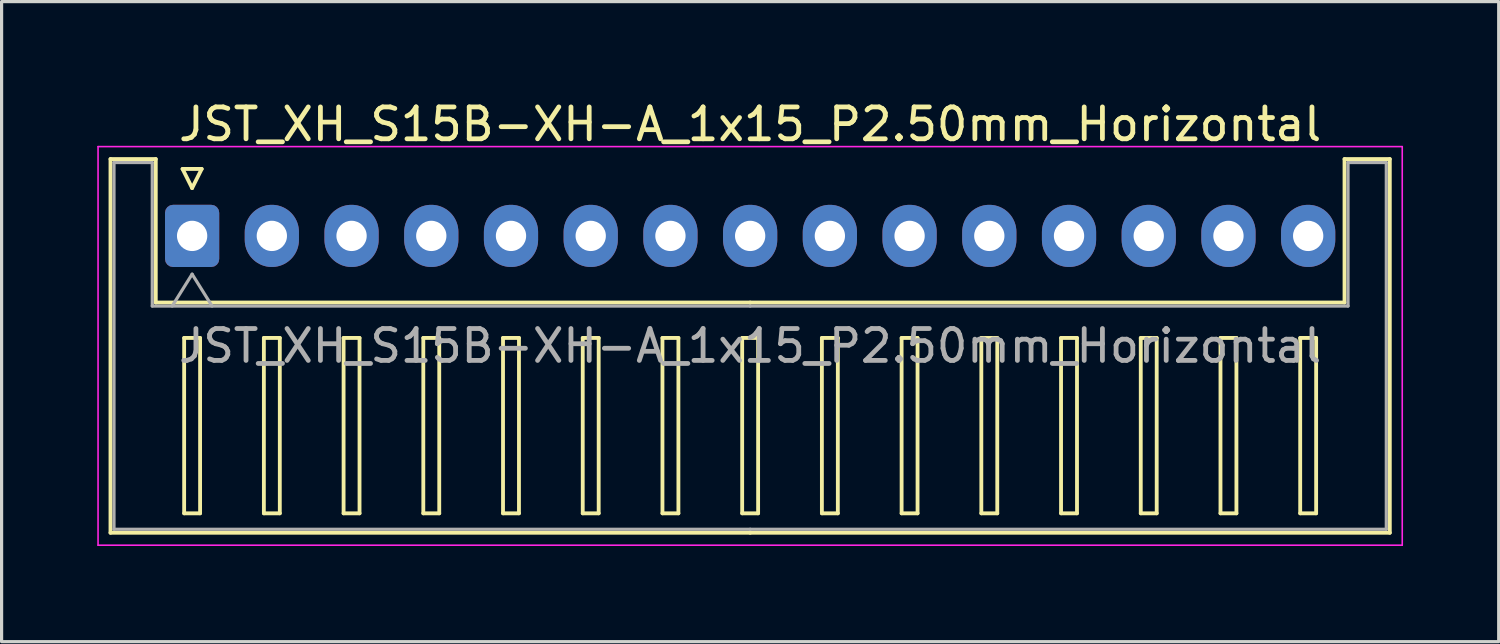
<source format=kicad_pcb>
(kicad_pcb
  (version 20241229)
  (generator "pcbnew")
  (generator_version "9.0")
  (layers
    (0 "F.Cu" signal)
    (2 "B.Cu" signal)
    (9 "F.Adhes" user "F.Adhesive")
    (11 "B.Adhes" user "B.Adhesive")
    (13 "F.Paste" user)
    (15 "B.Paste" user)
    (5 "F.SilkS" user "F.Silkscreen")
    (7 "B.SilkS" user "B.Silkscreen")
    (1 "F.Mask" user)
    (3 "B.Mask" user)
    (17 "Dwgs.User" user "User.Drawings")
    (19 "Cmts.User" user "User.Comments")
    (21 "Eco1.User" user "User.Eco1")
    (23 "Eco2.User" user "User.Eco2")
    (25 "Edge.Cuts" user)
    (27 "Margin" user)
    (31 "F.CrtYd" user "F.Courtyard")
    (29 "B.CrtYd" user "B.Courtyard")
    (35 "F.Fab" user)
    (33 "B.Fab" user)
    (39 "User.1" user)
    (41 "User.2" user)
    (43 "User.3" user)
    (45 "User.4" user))
  (footprint "JST_XH_S15B-XH-A_1x15_P2.50mm_Horizontal"
    (layer "F.Cu")
    (at 2.975 4.348)
    (property "Reference" "JST_XH_S15B-XH-A_1x15_P2.50mm_Horizontal" (at 17.5 -3.5 0) (layer "F.SilkS") (effects (font (size 1 1) (thickness 0.15))))
    (attr through_hole)
    (fp_line (start -2.56 -2.41) (end -1.14 -2.41) (stroke (width 0.12) (type solid)) (layer "F.SilkS"))
    (fp_line (start -2.56 9.31) (end -2.56 -2.41) (stroke (width 0.12) (type solid)) (layer "F.SilkS"))
    (fp_line (start -1.14 -2.41) (end -1.14 2.09) (stroke (width 0.12) (type solid)) (layer "F.SilkS"))
    (fp_line (start -1.14 2.09) (end 17.5 2.09) (stroke (width 0.12) (type solid)) (layer "F.SilkS"))
    (fp_line (start -0.3 -2.1) (end 0.3 -2.1) (stroke (width 0.12) (type solid)) (layer "F.SilkS"))
    (fp_line (start -0.25 3.2) (end -0.25 8.7) (stroke (width 0.12) (type solid)) (layer "F.SilkS"))
    (fp_line (start -0.25 8.7) (end 0.25 8.7) (stroke (width 0.12) (type solid)) (layer "F.SilkS"))
    (fp_line (start 0 -1.5) (end -0.3 -2.1) (stroke (width 0.12) (type solid)) (layer "F.SilkS"))
    (fp_line (start 0.25 3.2) (end -0.25 3.2) (stroke (width 0.12) (type solid)) (layer "F.SilkS"))
    (fp_line (start 0.25 8.7) (end 0.25 3.2) (stroke (width 0.12) (type solid)) (layer "F.SilkS"))
    (fp_line (start 0.3 -2.1) (end 0 -1.5) (stroke (width 0.12) (type solid)) (layer "F.SilkS"))
    (fp_line (start 2.25 3.2) (end 2.25 8.7) (stroke (width 0.12) (type solid)) (layer "F.SilkS"))
    (fp_line (start 2.25 8.7) (end 2.75 8.7) (stroke (width 0.12) (type solid)) (layer "F.SilkS"))
    (fp_line (start 2.75 3.2) (end 2.25 3.2) (stroke (width 0.12) (type solid)) (layer "F.SilkS"))
    (fp_line (start 2.75 8.7) (end 2.75 3.2) (stroke (width 0.12) (type solid)) (layer "F.SilkS"))
    (fp_line (start 4.75 3.2) (end 4.75 8.7) (stroke (width 0.12) (type solid)) (layer "F.SilkS"))
    (fp_line (start 4.75 8.7) (end 5.25 8.7) (stroke (width 0.12) (type solid)) (layer "F.SilkS"))
    (fp_line (start 5.25 3.2) (end 4.75 3.2) (stroke (width 0.12) (type solid)) (layer "F.SilkS"))
    (fp_line (start 5.25 8.7) (end 5.25 3.2) (stroke (width 0.12) (type solid)) (layer "F.SilkS"))
    (fp_line (start 7.25 3.2) (end 7.25 8.7) (stroke (width 0.12) (type solid)) (layer "F.SilkS"))
    (fp_line (start 7.25 8.7) (end 7.75 8.7) (stroke (width 0.12) (type solid)) (layer "F.SilkS"))
    (fp_line (start 7.75 3.2) (end 7.25 3.2) (stroke (width 0.12) (type solid)) (layer "F.SilkS"))
    (fp_line (start 7.75 8.7) (end 7.75 3.2) (stroke (width 0.12) (type solid)) (layer "F.SilkS"))
    (fp_line (start 9.75 3.2) (end 9.75 8.7) (stroke (width 0.12) (type solid)) (layer "F.SilkS"))
    (fp_line (start 9.75 8.7) (end 10.25 8.7) (stroke (width 0.12) (type solid)) (layer "F.SilkS"))
    (fp_line (start 10.25 3.2) (end 9.75 3.2) (stroke (width 0.12) (type solid)) (layer "F.SilkS"))
    (fp_line (start 10.25 8.7) (end 10.25 3.2) (stroke (width 0.12) (type solid)) (layer "F.SilkS"))
    (fp_line (start 12.25 3.2) (end 12.25 8.7) (stroke (width 0.12) (type solid)) (layer "F.SilkS"))
    (fp_line (start 12.25 8.7) (end 12.75 8.7) (stroke (width 0.12) (type solid)) (layer "F.SilkS"))
    (fp_line (start 12.75 3.2) (end 12.25 3.2) (stroke (width 0.12) (type solid)) (layer "F.SilkS"))
    (fp_line (start 12.75 8.7) (end 12.75 3.2) (stroke (width 0.12) (type solid)) (layer "F.SilkS"))
    (fp_line (start 14.75 3.2) (end 14.75 8.7) (stroke (width 0.12) (type solid)) (layer "F.SilkS"))
    (fp_line (start 14.75 8.7) (end 15.25 8.7) (stroke (width 0.12) (type solid)) (layer "F.SilkS"))
    (fp_line (start 15.25 3.2) (end 14.75 3.2) (stroke (width 0.12) (type solid)) (layer "F.SilkS"))
    (fp_line (start 15.25 8.7) (end 15.25 3.2) (stroke (width 0.12) (type solid)) (layer "F.SilkS"))
    (fp_line (start 17.25 3.2) (end 17.25 8.7) (stroke (width 0.12) (type solid)) (layer "F.SilkS"))
    (fp_line (start 17.25 8.7) (end 17.75 8.7) (stroke (width 0.12) (type solid)) (layer "F.SilkS"))
    (fp_line (start 17.5 9.31) (end -2.56 9.31) (stroke (width 0.12) (type solid)) (layer "F.SilkS"))
    (fp_line (start 17.5 9.31) (end 37.56 9.31) (stroke (width 0.12) (type solid)) (layer "F.SilkS"))
    (fp_line (start 17.75 3.2) (end 17.25 3.2) (stroke (width 0.12) (type solid)) (layer "F.SilkS"))
    (fp_line (start 17.75 8.7) (end 17.75 3.2) (stroke (width 0.12) (type solid)) (layer "F.SilkS"))
    (fp_line (start 19.75 3.2) (end 19.75 8.7) (stroke (width 0.12) (type solid)) (layer "F.SilkS"))
    (fp_line (start 19.75 8.7) (end 20.25 8.7) (stroke (width 0.12) (type solid)) (layer "F.SilkS"))
    (fp_line (start 20.25 3.2) (end 19.75 3.2) (stroke (width 0.12) (type solid)) (layer "F.SilkS"))
    (fp_line (start 20.25 8.7) (end 20.25 3.2) (stroke (width 0.12) (type solid)) (layer "F.SilkS"))
    (fp_line (start 22.25 3.2) (end 22.25 8.7) (stroke (width 0.12) (type solid)) (layer "F.SilkS"))
    (fp_line (start 22.25 8.7) (end 22.75 8.7) (stroke (width 0.12) (type solid)) (layer "F.SilkS"))
    (fp_line (start 22.75 3.2) (end 22.25 3.2) (stroke (width 0.12) (type solid)) (layer "F.SilkS"))
    (fp_line (start 22.75 8.7) (end 22.75 3.2) (stroke (width 0.12) (type solid)) (layer "F.SilkS"))
    (fp_line (start 24.75 3.2) (end 24.75 8.7) (stroke (width 0.12) (type solid)) (layer "F.SilkS"))
    (fp_line (start 24.75 8.7) (end 25.25 8.7) (stroke (width 0.12) (type solid)) (layer "F.SilkS"))
    (fp_line (start 25.25 3.2) (end 24.75 3.2) (stroke (width 0.12) (type solid)) (layer "F.SilkS"))
    (fp_line (start 25.25 8.7) (end 25.25 3.2) (stroke (width 0.12) (type solid)) (layer "F.SilkS"))
    (fp_line (start 27.25 3.2) (end 27.25 8.7) (stroke (width 0.12) (type solid)) (layer "F.SilkS"))
    (fp_line (start 27.25 8.7) (end 27.75 8.7) (stroke (width 0.12) (type solid)) (layer "F.SilkS"))
    (fp_line (start 27.75 3.2) (end 27.25 3.2) (stroke (width 0.12) (type solid)) (layer "F.SilkS"))
    (fp_line (start 27.75 8.7) (end 27.75 3.2) (stroke (width 0.12) (type solid)) (layer "F.SilkS"))
    (fp_line (start 29.75 3.2) (end 29.75 8.7) (stroke (width 0.12) (type solid)) (layer "F.SilkS"))
    (fp_line (start 29.75 8.7) (end 30.25 8.7) (stroke (width 0.12) (type solid)) (layer "F.SilkS"))
    (fp_line (start 30.25 3.2) (end 29.75 3.2) (stroke (width 0.12) (type solid)) (layer "F.SilkS"))
    (fp_line (start 30.25 8.7) (end 30.25 3.2) (stroke (width 0.12) (type solid)) (layer "F.SilkS"))
    (fp_line (start 32.25 3.2) (end 32.25 8.7) (stroke (width 0.12) (type solid)) (layer "F.SilkS"))
    (fp_line (start 32.25 8.7) (end 32.75 8.7) (stroke (width 0.12) (type solid)) (layer "F.SilkS"))
    (fp_line (start 32.75 3.2) (end 32.25 3.2) (stroke (width 0.12) (type solid)) (layer "F.SilkS"))
    (fp_line (start 32.75 8.7) (end 32.75 3.2) (stroke (width 0.12) (type solid)) (layer "F.SilkS"))
    (fp_line (start 34.75 3.2) (end 34.75 8.7) (stroke (width 0.12) (type solid)) (layer "F.SilkS"))
    (fp_line (start 34.75 8.7) (end 35.25 8.7) (stroke (width 0.12) (type solid)) (layer "F.SilkS"))
    (fp_line (start 35.25 3.2) (end 34.75 3.2) (stroke (width 0.12) (type solid)) (layer "F.SilkS"))
    (fp_line (start 35.25 8.7) (end 35.25 3.2) (stroke (width 0.12) (type solid)) (layer "F.SilkS"))
    (fp_line (start 36.14 -2.41) (end 36.14 2.09) (stroke (width 0.12) (type solid)) (layer "F.SilkS"))
    (fp_line (start 36.14 2.09) (end 17.5 2.09) (stroke (width 0.12) (type solid)) (layer "F.SilkS"))
    (fp_line (start 37.56 -2.41) (end 36.14 -2.41) (stroke (width 0.12) (type solid)) (layer "F.SilkS"))
    (fp_line (start 37.56 9.31) (end 37.56 -2.41) (stroke (width 0.12) (type solid)) (layer "F.SilkS"))
    (fp_line (start -2.95 -2.8) (end -2.95 9.7) (stroke (width 0.05) (type solid)) (layer "F.CrtYd"))
    (fp_line (start -2.95 9.7) (end 37.95 9.7) (stroke (width 0.05) (type solid)) (layer "F.CrtYd"))
    (fp_line (start 37.95 -2.8) (end -2.95 -2.8) (stroke (width 0.05) (type solid)) (layer "F.CrtYd"))
    (fp_line (start 37.95 9.7) (end 37.95 -2.8) (stroke (width 0.05) (type solid)) (layer "F.CrtYd"))
    (fp_line (start -2.45 -2.3) (end -1.25 -2.3) (stroke (width 0.1) (type solid)) (layer "F.Fab"))
    (fp_line (start -2.45 9.2) (end -2.45 -2.3) (stroke (width 0.1) (type solid)) (layer "F.Fab"))
    (fp_line (start -1.25 -2.3) (end -1.25 2.2) (stroke (width 0.1) (type solid)) (layer "F.Fab"))
    (fp_line (start -1.25 2.2) (end 17.5 2.2) (stroke (width 0.1) (type solid)) (layer "F.Fab"))
    (fp_line (start -0.625 2.2) (end 0 1.2) (stroke (width 0.1) (type solid)) (layer "F.Fab"))
    (fp_line (start 0 1.2) (end 0.625 2.2) (stroke (width 0.1) (type solid)) (layer "F.Fab"))
    (fp_line (start 17.5 9.2) (end -2.45 9.2) (stroke (width 0.1) (type solid)) (layer "F.Fab"))
    (fp_line (start 17.5 9.2) (end 37.45 9.2) (stroke (width 0.1) (type solid)) (layer "F.Fab"))
    (fp_line (start 36.25 -2.3) (end 36.25 2.2) (stroke (width 0.1) (type solid)) (layer "F.Fab"))
    (fp_line (start 36.25 2.2) (end 17.5 2.2) (stroke (width 0.1) (type solid)) (layer "F.Fab"))
    (fp_line (start 37.45 -2.3) (end 36.25 -2.3) (stroke (width 0.1) (type solid)) (layer "F.Fab"))
    (fp_line (start 37.45 9.2) (end 37.45 -2.3) (stroke (width 0.1) (type solid)) (layer "F.Fab"))
    (fp_text user "${REFERENCE}" (at 17.5 3.45 0) (layer "F.Fab") (effects (font (size 1 1) (thickness 0.15))))
    (pad "1" thru_hole roundrect (at 0 0) (size 1.7 1.95) (drill 0.95) (layers "*.Cu" "*.Mask") (roundrect_rratio 0.147))
    (pad "2" thru_hole oval (at 2.5 0) (size 1.7 1.95) (drill 0.95) (layers "*.Cu" "*.Mask"))
    (pad "3" thru_hole oval (at 5 0) (size 1.7 1.95) (drill 0.95) (layers "*.Cu" "*.Mask"))
    (pad "4" thru_hole oval (at 7.5 0) (size 1.7 1.95) (drill 0.95) (layers "*.Cu" "*.Mask"))
    (pad "5" thru_hole oval (at 10 0) (size 1.7 1.95) (drill 0.95) (layers "*.Cu" "*.Mask"))
    (pad "6" thru_hole oval (at 12.5 0) (size 1.7 1.95) (drill 0.95) (layers "*.Cu" "*.Mask"))
    (pad "7" thru_hole oval (at 15 0) (size 1.7 1.95) (drill 0.95) (layers "*.Cu" "*.Mask"))
    (pad "8" thru_hole oval (at 17.5 0) (size 1.7 1.95) (drill 0.95) (layers "*.Cu" "*.Mask"))
    (pad "9" thru_hole oval (at 20 0) (size 1.7 1.95) (drill 0.95) (layers "*.Cu" "*.Mask"))
    (pad "10" thru_hole oval (at 22.5 0) (size 1.7 1.95) (drill 0.95) (layers "*.Cu" "*.Mask"))
    (pad "11" thru_hole oval (at 25 0) (size 1.7 1.95) (drill 0.95) (layers "*.Cu" "*.Mask"))
    (pad "12" thru_hole oval (at 27.5 0) (size 1.7 1.95) (drill 0.95) (layers "*.Cu" "*.Mask"))
    (pad "13" thru_hole oval (at 30 0) (size 1.7 1.95) (drill 0.95) (layers "*.Cu" "*.Mask"))
    (pad "14" thru_hole oval (at 32.5 0) (size 1.7 1.95) (drill 0.95) (layers "*.Cu" "*.Mask"))
    (pad "15" thru_hole oval (at 35 0) (size 1.7 1.95) (drill 0.95) (layers "*.Cu" "*.Mask")))
  (gr_rect
    (start -3 -3)
    (end 43.95 17.073)
    (stroke (width 0.1) (type default))
    (fill no)
    (layer "Edge.Cuts")))
</source>
